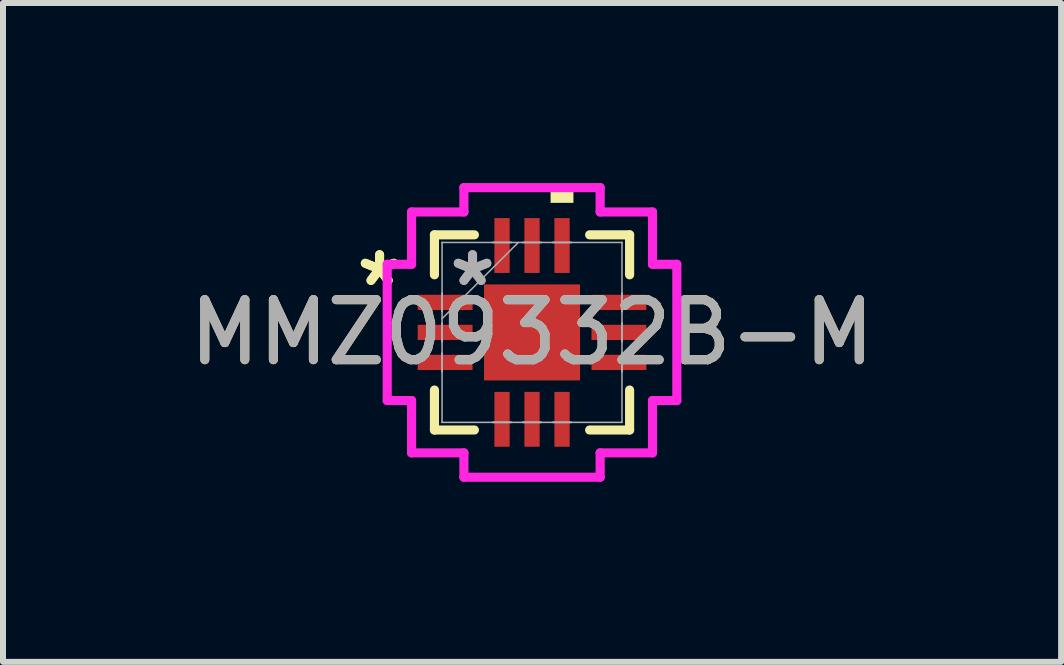
<source format=kicad_pcb>
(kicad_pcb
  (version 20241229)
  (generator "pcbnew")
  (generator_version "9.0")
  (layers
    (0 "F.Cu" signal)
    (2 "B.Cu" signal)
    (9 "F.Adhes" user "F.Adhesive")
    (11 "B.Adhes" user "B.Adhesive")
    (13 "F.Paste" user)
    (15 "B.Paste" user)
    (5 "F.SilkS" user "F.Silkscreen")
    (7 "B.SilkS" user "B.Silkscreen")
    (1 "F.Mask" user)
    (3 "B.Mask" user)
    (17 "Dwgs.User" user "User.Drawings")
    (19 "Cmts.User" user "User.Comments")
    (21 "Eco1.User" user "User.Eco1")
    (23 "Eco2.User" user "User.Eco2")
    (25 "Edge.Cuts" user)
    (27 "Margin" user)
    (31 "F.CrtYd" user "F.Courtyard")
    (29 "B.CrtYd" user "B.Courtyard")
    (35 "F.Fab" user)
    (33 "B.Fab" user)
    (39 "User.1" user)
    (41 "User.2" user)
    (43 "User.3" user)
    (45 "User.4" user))
  (footprint "MMZ09332B-M"
    (layer "F.Cu")
    (at 5.815 2.489)
    (property "Reference" "MMZ09332B-M" (at 0 0 0) (unlocked yes) (layer "F.SilkS") (effects (font (size 1 1) (thickness 0.15))))
    (attr smd)
    (fp_line (start -1.626 -1.626) (end -1.626 -0.96) (stroke (width 0.152) (type solid)) (layer "F.SilkS"))
    (fp_line (start -1.626 0.96) (end -1.626 1.626) (stroke (width 0.152) (type solid)) (layer "F.SilkS"))
    (fp_line (start -1.626 1.626) (end -0.96 1.626) (stroke (width 0.152) (type solid)) (layer "F.SilkS"))
    (fp_line (start -0.96 -1.626) (end -1.626 -1.626) (stroke (width 0.152) (type solid)) (layer "F.SilkS"))
    (fp_line (start 0.96 1.626) (end 1.626 1.626) (stroke (width 0.152) (type solid)) (layer "F.SilkS"))
    (fp_line (start 1.626 -1.626) (end 0.96 -1.626) (stroke (width 0.152) (type solid)) (layer "F.SilkS"))
    (fp_line (start 1.626 -0.96) (end 1.626 -1.626) (stroke (width 0.152) (type solid)) (layer "F.SilkS"))
    (fp_line (start 1.626 1.626) (end 1.626 0.96) (stroke (width 0.152) (type solid)) (layer "F.SilkS"))
    (fp_poly (pts (xy 0.309 -2.159) (xy 0.309 -2.413) (xy 0.69 -2.413) (xy 0.69 -2.159)) (stroke (width 0) (type solid)) (fill yes) (layer "F.SilkS"))
    (fp_line (start -2.413 -1.135) (end -2.007 -1.135) (stroke (width 0.152) (type solid)) (layer "F.CrtYd"))
    (fp_line (start -2.413 1.135) (end -2.413 -1.135) (stroke (width 0.152) (type solid)) (layer "F.CrtYd"))
    (fp_line (start -2.007 -2.007) (end -1.135 -2.007) (stroke (width 0.152) (type solid)) (layer "F.CrtYd"))
    (fp_line (start -2.007 -1.135) (end -2.007 -2.007) (stroke (width 0.152) (type solid)) (layer "F.CrtYd"))
    (fp_line (start -2.007 1.135) (end -2.413 1.135) (stroke (width 0.152) (type solid)) (layer "F.CrtYd"))
    (fp_line (start -2.007 2.007) (end -2.007 1.135) (stroke (width 0.152) (type solid)) (layer "F.CrtYd"))
    (fp_line (start -1.135 -2.413) (end 1.135 -2.413) (stroke (width 0.152) (type solid)) (layer "F.CrtYd"))
    (fp_line (start -1.135 -2.007) (end -1.135 -2.413) (stroke (width 0.152) (type solid)) (layer "F.CrtYd"))
    (fp_line (start -1.135 2.007) (end -2.007 2.007) (stroke (width 0.152) (type solid)) (layer "F.CrtYd"))
    (fp_line (start -1.135 2.413) (end -1.135 2.007) (stroke (width 0.152) (type solid)) (layer "F.CrtYd"))
    (fp_line (start 1.135 -2.413) (end 1.135 -2.007) (stroke (width 0.152) (type solid)) (layer "F.CrtYd"))
    (fp_line (start 1.135 -2.007) (end 2.007 -2.007) (stroke (width 0.152) (type solid)) (layer "F.CrtYd"))
    (fp_line (start 1.135 2.007) (end 1.135 2.413) (stroke (width 0.152) (type solid)) (layer "F.CrtYd"))
    (fp_line (start 1.135 2.413) (end -1.135 2.413) (stroke (width 0.152) (type solid)) (layer "F.CrtYd"))
    (fp_line (start 2.007 -2.007) (end 2.007 -1.135) (stroke (width 0.152) (type solid)) (layer "F.CrtYd"))
    (fp_line (start 2.007 -1.135) (end 2.413 -1.135) (stroke (width 0.152) (type solid)) (layer "F.CrtYd"))
    (fp_line (start 2.007 1.135) (end 2.007 2.007) (stroke (width 0.152) (type solid)) (layer "F.CrtYd"))
    (fp_line (start 2.007 2.007) (end 1.135 2.007) (stroke (width 0.152) (type solid)) (layer "F.CrtYd"))
    (fp_line (start 2.413 -1.135) (end 2.413 1.135) (stroke (width 0.152) (type solid)) (layer "F.CrtYd"))
    (fp_line (start 2.413 1.135) (end 2.007 1.135) (stroke (width 0.152) (type solid)) (layer "F.CrtYd"))
    (fp_line (start -1.499 -1.499) (end -1.499 -1.499) (stroke (width 0.025) (type solid)) (layer "F.Fab"))
    (fp_line (start -1.499 -1.499) (end -1.499 1.499) (stroke (width 0.025) (type solid)) (layer "F.Fab"))
    (fp_line (start -1.499 -0.652) (end -1.499 -0.652) (stroke (width 0.025) (type solid)) (layer "F.Fab"))
    (fp_line (start -1.499 -0.652) (end -1.499 -0.348) (stroke (width 0.025) (type solid)) (layer "F.Fab"))
    (fp_line (start -1.499 -0.348) (end -1.499 -0.652) (stroke (width 0.025) (type solid)) (layer "F.Fab"))
    (fp_line (start -1.499 -0.348) (end -1.499 -0.348) (stroke (width 0.025) (type solid)) (layer "F.Fab"))
    (fp_line (start -1.499 -0.229) (end -0.229 -1.499) (stroke (width 0.025) (type solid)) (layer "F.Fab"))
    (fp_line (start -1.499 -0.152) (end -1.499 -0.152) (stroke (width 0.025) (type solid)) (layer "F.Fab"))
    (fp_line (start -1.499 -0.152) (end -1.499 0.152) (stroke (width 0.025) (type solid)) (layer "F.Fab"))
    (fp_line (start -1.499 0.152) (end -1.499 -0.152) (stroke (width 0.025) (type solid)) (layer "F.Fab"))
    (fp_line (start -1.499 0.152) (end -1.499 0.152) (stroke (width 0.025) (type solid)) (layer "F.Fab"))
    (fp_line (start -1.499 0.348) (end -1.499 0.348) (stroke (width 0.025) (type solid)) (layer "F.Fab"))
    (fp_line (start -1.499 0.348) (end -1.499 0.652) (stroke (width 0.025) (type solid)) (layer "F.Fab"))
    (fp_line (start -1.499 0.652) (end -1.499 0.348) (stroke (width 0.025) (type solid)) (layer "F.Fab"))
    (fp_line (start -1.499 0.652) (end -1.499 0.652) (stroke (width 0.025) (type solid)) (layer "F.Fab"))
    (fp_line (start -1.499 1.499) (end -1.499 1.499) (stroke (width 0.025) (type solid)) (layer "F.Fab"))
    (fp_line (start -1.499 1.499) (end 1.499 1.499) (stroke (width 0.025) (type solid)) (layer "F.Fab"))
    (fp_line (start -0.652 -1.499) (end -0.652 -1.499) (stroke (width 0.025) (type solid)) (layer "F.Fab"))
    (fp_line (start -0.652 -1.499) (end -0.348 -1.499) (stroke (width 0.025) (type solid)) (layer "F.Fab"))
    (fp_line (start -0.652 1.499) (end -0.652 1.499) (stroke (width 0.025) (type solid)) (layer "F.Fab"))
    (fp_line (start -0.652 1.499) (end -0.348 1.499) (stroke (width 0.025) (type solid)) (layer "F.Fab"))
    (fp_line (start -0.348 -1.499) (end -0.652 -1.499) (stroke (width 0.025) (type solid)) (layer "F.Fab"))
    (fp_line (start -0.348 -1.499) (end -0.348 -1.499) (stroke (width 0.025) (type solid)) (layer "F.Fab"))
    (fp_line (start -0.348 1.499) (end -0.652 1.499) (stroke (width 0.025) (type solid)) (layer "F.Fab"))
    (fp_line (start -0.348 1.499) (end -0.348 1.499) (stroke (width 0.025) (type solid)) (layer "F.Fab"))
    (fp_line (start -0.152 -1.499) (end -0.152 -1.499) (stroke (width 0.025) (type solid)) (layer "F.Fab"))
    (fp_line (start -0.152 -1.499) (end 0.152 -1.499) (stroke (width 0.025) (type solid)) (layer "F.Fab"))
    (fp_line (start -0.152 1.499) (end -0.152 1.499) (stroke (width 0.025) (type solid)) (layer "F.Fab"))
    (fp_line (start -0.152 1.499) (end 0.152 1.499) (stroke (width 0.025) (type solid)) (layer "F.Fab"))
    (fp_line (start 0.152 -1.499) (end -0.152 -1.499) (stroke (width 0.025) (type solid)) (layer "F.Fab"))
    (fp_line (start 0.152 -1.499) (end 0.152 -1.499) (stroke (width 0.025) (type solid)) (layer "F.Fab"))
    (fp_line (start 0.152 1.499) (end -0.152 1.499) (stroke (width 0.025) (type solid)) (layer "F.Fab"))
    (fp_line (start 0.152 1.499) (end 0.152 1.499) (stroke (width 0.025) (type solid)) (layer "F.Fab"))
    (fp_line (start 0.348 -1.499) (end 0.348 -1.499) (stroke (width 0.025) (type solid)) (layer "F.Fab"))
    (fp_line (start 0.348 -1.499) (end 0.652 -1.499) (stroke (width 0.025) (type solid)) (layer "F.Fab"))
    (fp_line (start 0.348 1.499) (end 0.348 1.499) (stroke (width 0.025) (type solid)) (layer "F.Fab"))
    (fp_line (start 0.348 1.499) (end 0.652 1.499) (stroke (width 0.025) (type solid)) (layer "F.Fab"))
    (fp_line (start 0.652 -1.499) (end 0.348 -1.499) (stroke (width 0.025) (type solid)) (layer "F.Fab"))
    (fp_line (start 0.652 -1.499) (end 0.652 -1.499) (stroke (width 0.025) (type solid)) (layer "F.Fab"))
    (fp_line (start 0.652 1.499) (end 0.348 1.499) (stroke (width 0.025) (type solid)) (layer "F.Fab"))
    (fp_line (start 0.652 1.499) (end 0.652 1.499) (stroke (width 0.025) (type solid)) (layer "F.Fab"))
    (fp_line (start 1.499 -1.499) (end -1.499 -1.499) (stroke (width 0.025) (type solid)) (layer "F.Fab"))
    (fp_line (start 1.499 -1.499) (end 1.499 -1.499) (stroke (width 0.025) (type solid)) (layer "F.Fab"))
    (fp_line (start 1.499 -0.652) (end 1.499 -0.652) (stroke (width 0.025) (type solid)) (layer "F.Fab"))
    (fp_line (start 1.499 -0.652) (end 1.499 -0.348) (stroke (width 0.025) (type solid)) (layer "F.Fab"))
    (fp_line (start 1.499 -0.348) (end 1.499 -0.652) (stroke (width 0.025) (type solid)) (layer "F.Fab"))
    (fp_line (start 1.499 -0.348) (end 1.499 -0.348) (stroke (width 0.025) (type solid)) (layer "F.Fab"))
    (fp_line (start 1.499 -0.152) (end 1.499 -0.152) (stroke (width 0.025) (type solid)) (layer "F.Fab"))
    (fp_line (start 1.499 -0.152) (end 1.499 0.152) (stroke (width 0.025) (type solid)) (layer "F.Fab"))
    (fp_line (start 1.499 0.152) (end 1.499 -0.152) (stroke (width 0.025) (type solid)) (layer "F.Fab"))
    (fp_line (start 1.499 0.152) (end 1.499 0.152) (stroke (width 0.025) (type solid)) (layer "F.Fab"))
    (fp_line (start 1.499 0.348) (end 1.499 0.348) (stroke (width 0.025) (type solid)) (layer "F.Fab"))
    (fp_line (start 1.499 0.348) (end 1.499 0.652) (stroke (width 0.025) (type solid)) (layer "F.Fab"))
    (fp_line (start 1.499 0.652) (end 1.499 0.348) (stroke (width 0.025) (type solid)) (layer "F.Fab"))
    (fp_line (start 1.499 0.652) (end 1.499 0.652) (stroke (width 0.025) (type solid)) (layer "F.Fab"))
    (fp_line (start 1.499 1.499) (end 1.499 -1.499) (stroke (width 0.025) (type solid)) (layer "F.Fab"))
    (fp_line (start 1.499 1.499) (end 1.499 1.499) (stroke (width 0.025) (type solid)) (layer "F.Fab"))
    (fp_text user "*" (at -2.54 -0.75 0) (layer "F.SilkS") (effects (font (size 1 1) (thickness 0.15))))
    (fp_text user "*" (at -2.54 -0.75 0) (unlocked yes) (layer "F.SilkS") (effects (font (size 1 1) (thickness 0.15))))
    (fp_text user "*" (at -0.991 -0.75 0) (layer "F.Fab") (effects (font (size 1 1) (thickness 0.15))))
    (fp_text user "${REFERENCE}" (at 0 0 0) (unlocked yes) (layer "F.Fab") (effects (font (size 1 1) (thickness 0.15))))
    (fp_text user "*" (at -0.991 -0.75 0) (unlocked yes) (layer "F.Fab") (effects (font (size 1 1) (thickness 0.15))))
    (pad "1" smd rect (at -1.448 -0.5 90) (size 0.254 0.914) (layers "F.Cu" "F.Mask" "F.Paste"))
    (pad "2" smd rect (at -1.448 0 90) (size 0.254 0.914) (layers "F.Cu" "F.Mask" "F.Paste"))
    (pad "3" smd rect (at -1.448 0.5 90) (size 0.254 0.914) (layers "F.Cu" "F.Mask" "F.Paste"))
    (pad "4" smd rect (at -0.5 1.448) (size 0.254 0.914) (layers "F.Cu" "F.Mask" "F.Paste"))
    (pad "5" smd rect (at 0 1.448) (size 0.254 0.914) (layers "F.Cu" "F.Mask" "F.Paste"))
    (pad "6" smd rect (at 0.5 1.448) (size 0.254 0.914) (layers "F.Cu" "F.Mask" "F.Paste"))
    (pad "7" smd rect (at 1.448 0.5 90) (size 0.254 0.914) (layers "F.Cu" "F.Mask" "F.Paste"))
    (pad "8" smd rect (at 1.448 0 90) (size 0.254 0.914) (layers "F.Cu" "F.Mask" "F.Paste"))
    (pad "9" smd rect (at 1.448 -0.5 90) (size 0.254 0.914) (layers "F.Cu" "F.Mask" "F.Paste"))
    (pad "10" smd rect (at 0.5 -1.448) (size 0.254 0.914) (layers "F.Cu" "F.Mask" "F.Paste"))
    (pad "11" smd rect (at 0 -1.448) (size 0.254 0.914) (layers "F.Cu" "F.Mask" "F.Paste"))
    (pad "12" smd rect (at -0.5 -1.448) (size 0.254 0.914) (layers "F.Cu" "F.Mask" "F.Paste"))
    (pad "13" smd rect (at 0 0) (size 1.6 1.6) (layers "F.Cu" "F.Mask" "F.Paste")))
  (gr_rect
    (start -3 -3)
    (end 14.631 7.978)
    (stroke (width 0.1) (type default))
    (fill no)
    (layer "Edge.Cuts")))
</source>
